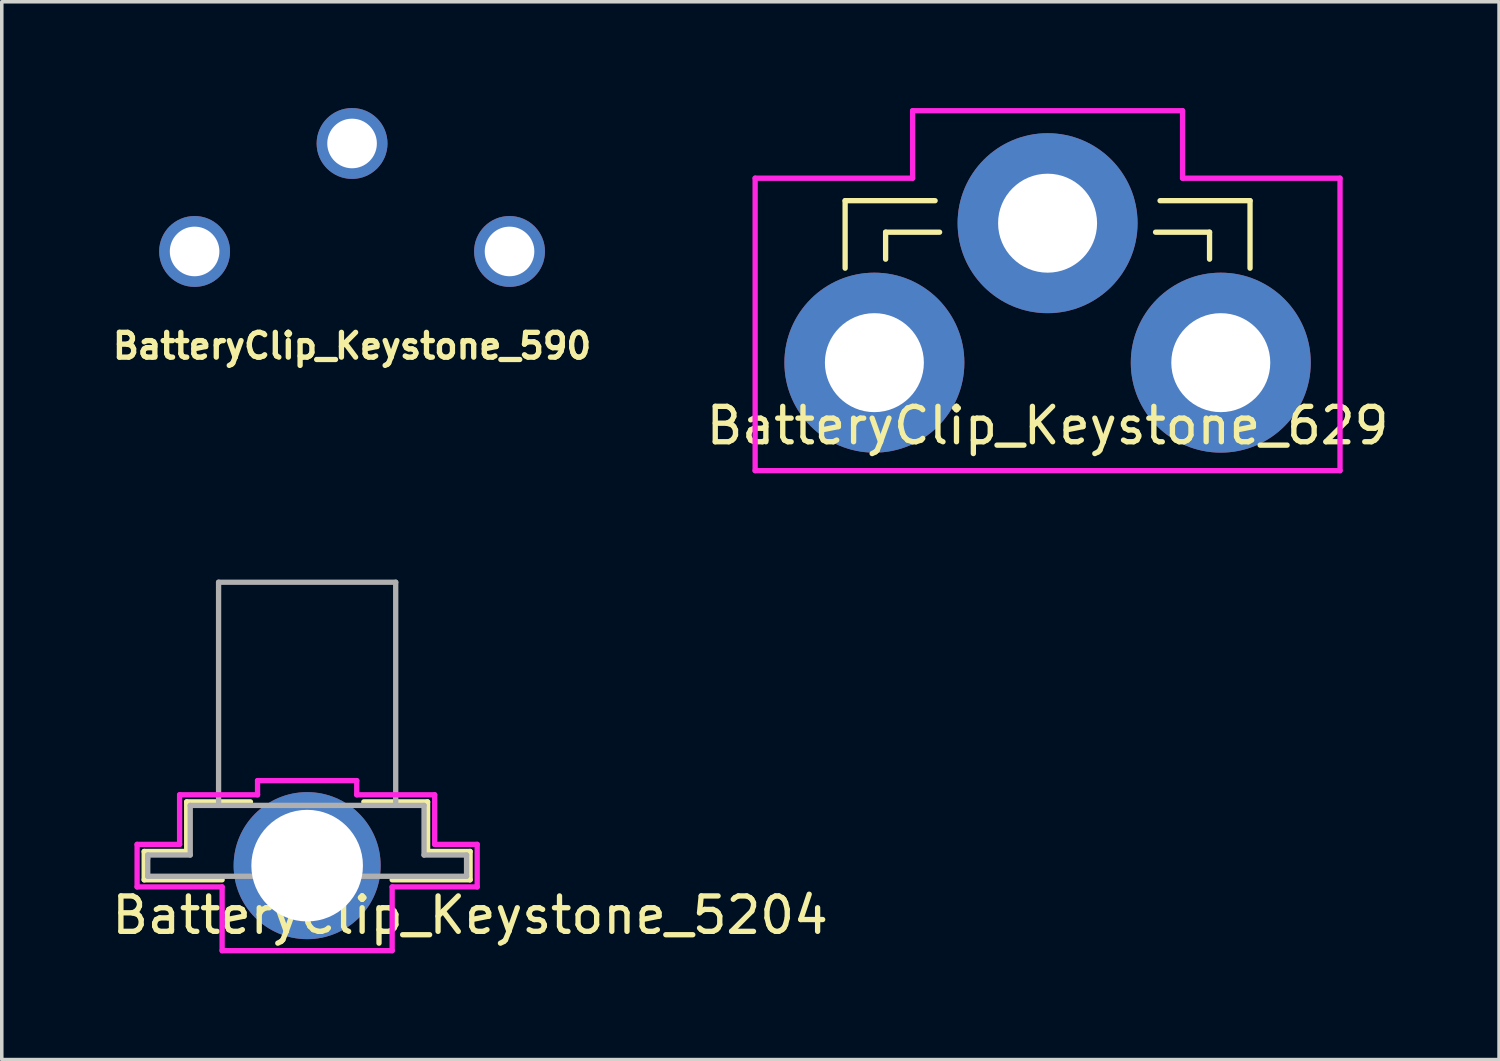
<source format=kicad_pcb>
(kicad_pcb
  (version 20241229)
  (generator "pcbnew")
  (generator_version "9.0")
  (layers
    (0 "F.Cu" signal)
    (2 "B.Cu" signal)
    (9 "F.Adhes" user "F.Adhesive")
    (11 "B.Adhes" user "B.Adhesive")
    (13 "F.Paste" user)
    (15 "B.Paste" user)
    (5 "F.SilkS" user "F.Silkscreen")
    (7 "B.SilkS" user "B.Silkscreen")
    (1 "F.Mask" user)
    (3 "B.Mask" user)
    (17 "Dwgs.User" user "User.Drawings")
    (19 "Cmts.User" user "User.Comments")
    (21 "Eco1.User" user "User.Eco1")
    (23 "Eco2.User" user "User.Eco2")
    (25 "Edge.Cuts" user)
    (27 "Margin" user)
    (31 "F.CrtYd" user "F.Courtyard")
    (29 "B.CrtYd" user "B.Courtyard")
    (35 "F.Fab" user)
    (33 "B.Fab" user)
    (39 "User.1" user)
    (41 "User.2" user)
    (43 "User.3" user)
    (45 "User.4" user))
  (footprint "BatteryClip_Keystone_590"
    (layer "F.Cu")
    (at 6.888 1)
    (property "Reference" "BatteryClip_Keystone_590" (at 0 5.715 0) (layer "F.SilkS") (effects (font (size 0.7 0.7) (thickness 0.15))))
    (attr through_hole)
    (pad "1" thru_hole circle (at -4.445 3.048) (size 2 2) (drill 1.4) (layers "*.Cu" "*.Mask"))
    (pad "1" thru_hole circle (at 0 0) (size 2 2) (drill 1.4) (layers "*.Cu" "*.Mask"))
    (pad "1" thru_hole circle (at 4.445 3.048) (size 2 2) (drill 1.4) (layers "*.Cu" "*.Mask")))
  (footprint "BatteryClip_Keystone_5204"
    (layer "F.Cu")
    (at 5.62 21.385)
    (property "Reference" "BatteryClip_Keystone_5204" (at 4.6 1.4 0) (layer "F.SilkS") (effects (font (size 1 1) (thickness 0.15))))
    (attr through_hole)
    (fp_line (start -4.6 -0.4) (end -4.6 0.4) (stroke (width 0.15) (type solid)) (layer "F.SilkS"))
    (fp_line (start -4.6 -0.4) (end -3.4 -0.4) (stroke (width 0.15) (type solid)) (layer "F.SilkS"))
    (fp_line (start -4.6 0.4) (end -2.4 0.4) (stroke (width 0.15) (type solid)) (layer "F.SilkS"))
    (fp_line (start -3.4 -1.8) (end -1.6 -1.8) (stroke (width 0.15) (type solid)) (layer "F.SilkS"))
    (fp_line (start -3.4 -0.4) (end -3.4 -1.8) (stroke (width 0.15) (type solid)) (layer "F.SilkS"))
    (fp_line (start 2.4 0.4) (end 4.6 0.4) (stroke (width 0.15) (type solid)) (layer "F.SilkS"))
    (fp_line (start 3.4 -1.8) (end 1.6 -1.8) (stroke (width 0.15) (type solid)) (layer "F.SilkS"))
    (fp_line (start 3.4 -0.4) (end 3.4 -1.8) (stroke (width 0.15) (type solid)) (layer "F.SilkS"))
    (fp_line (start 3.4 -0.4) (end 4.6 -0.4) (stroke (width 0.15) (type solid)) (layer "F.SilkS"))
    (fp_line (start 4.6 -0.4) (end 4.6 0.4) (stroke (width 0.15) (type solid)) (layer "F.SilkS"))
    (fp_line (start -4.8 -0.6) (end -4.8 0.6) (stroke (width 0.15) (type solid)) (layer "F.CrtYd"))
    (fp_line (start -4.8 0.6) (end -2.4 0.6) (stroke (width 0.15) (type solid)) (layer "F.CrtYd"))
    (fp_line (start -3.6 -2) (end -3.6 -0.6) (stroke (width 0.15) (type solid)) (layer "F.CrtYd"))
    (fp_line (start -3.6 -0.6) (end -4.8 -0.6) (stroke (width 0.15) (type solid)) (layer "F.CrtYd"))
    (fp_line (start -2.4 0.6) (end -2.4 2.4) (stroke (width 0.15) (type solid)) (layer "F.CrtYd"))
    (fp_line (start -2.4 2.4) (end 2.4 2.4) (stroke (width 0.15) (type solid)) (layer "F.CrtYd"))
    (fp_line (start -1.4 -2.4) (end -1.4 -2) (stroke (width 0.15) (type solid)) (layer "F.CrtYd"))
    (fp_line (start -1.4 -2) (end -3.6 -2) (stroke (width 0.15) (type solid)) (layer "F.CrtYd"))
    (fp_line (start 1.4 -2.4) (end -1.4 -2.4) (stroke (width 0.15) (type solid)) (layer "F.CrtYd"))
    (fp_line (start 1.4 -2) (end 1.4 -2.4) (stroke (width 0.15) (type solid)) (layer "F.CrtYd"))
    (fp_line (start 2.4 0.6) (end 4.8 0.6) (stroke (width 0.15) (type solid)) (layer "F.CrtYd"))
    (fp_line (start 2.4 2.4) (end 2.4 0.6) (stroke (width 0.15) (type solid)) (layer "F.CrtYd"))
    (fp_line (start 3.6 -2) (end 1.4 -2) (stroke (width 0.15) (type solid)) (layer "F.CrtYd"))
    (fp_line (start 3.6 -0.6) (end 3.6 -2) (stroke (width 0.15) (type solid)) (layer "F.CrtYd"))
    (fp_line (start 4.8 -0.6) (end 3.6 -0.6) (stroke (width 0.15) (type solid)) (layer "F.CrtYd"))
    (fp_line (start 4.8 0.6) (end 4.8 -0.6) (stroke (width 0.15) (type solid)) (layer "F.CrtYd"))
    (fp_line (start -4.5 -0.3) (end -3.3 -0.3) (stroke (width 0.15) (type solid)) (layer "F.Fab"))
    (fp_line (start -4.5 -0.2) (end -4.5 -0.3) (stroke (width 0.15) (type solid)) (layer "F.Fab"))
    (fp_line (start -4.5 0.3) (end -4.5 -0.2) (stroke (width 0.15) (type solid)) (layer "F.Fab"))
    (fp_line (start -3.3 -1.7) (end 3.3 -1.7) (stroke (width 0.15) (type solid)) (layer "F.Fab"))
    (fp_line (start -3.3 -0.3) (end -3.3 -1.7) (stroke (width 0.15) (type solid)) (layer "F.Fab"))
    (fp_line (start -2.5 -8) (end 2.5 -8) (stroke (width 0.15) (type solid)) (layer "F.Fab"))
    (fp_line (start -2.5 -1.7) (end -2.5 -8) (stroke (width 0.15) (type solid)) (layer "F.Fab"))
    (fp_line (start 2.5 -8) (end 2.5 -1.7) (stroke (width 0.15) (type solid)) (layer "F.Fab"))
    (fp_line (start 3.3 -1.7) (end 3.3 -0.3) (stroke (width 0.15) (type solid)) (layer "F.Fab"))
    (fp_line (start 3.3 -0.3) (end 4.5 -0.3) (stroke (width 0.15) (type solid)) (layer "F.Fab"))
    (fp_line (start 4.5 -0.3) (end 4.5 0.3) (stroke (width 0.15) (type solid)) (layer "F.Fab"))
    (fp_line (start 4.5 0.3) (end -4.5 0.3) (stroke (width 0.15) (type solid)) (layer "F.Fab"))
    (pad "1" thru_hole circle (at 0 0) (size 4.15 4.15) (drill 3.15) (layers "*.Cu" "*.Mask")))
  (footprint "BatteryClip_Keystone_629"
    (layer "F.Cu")
    (at 26.521 3.25)
    (property "Reference" "BatteryClip_Keystone_629" (at 0 5.715 0) (layer "F.SilkS") (effects (font (size 1 1) (thickness 0.15))))
    (attr smd)
    (fp_line (start -5.715 -0.635) (end -5.715 1.27) (stroke (width 0.15) (type solid)) (layer "F.SilkS"))
    (fp_line (start -4.572 1.016) (end -4.572 0.254) (stroke (width 0.15) (type solid)) (layer "F.SilkS"))
    (fp_line (start -3.175 -0.635) (end -5.715 -0.635) (stroke (width 0.15) (type solid)) (layer "F.SilkS"))
    (fp_line (start -3.048 0.254) (end -4.572 0.254) (stroke (width 0.15) (type solid)) (layer "F.SilkS"))
    (fp_line (start 3.048 0.254) (end 4.572 0.254) (stroke (width 0.15) (type solid)) (layer "F.SilkS"))
    (fp_line (start 3.175 -0.635) (end 5.715 -0.635) (stroke (width 0.15) (type solid)) (layer "F.SilkS"))
    (fp_line (start 4.572 0.254) (end 4.572 1.016) (stroke (width 0.15) (type solid)) (layer "F.SilkS"))
    (fp_line (start 5.715 -0.635) (end 5.715 1.27) (stroke (width 0.15) (type solid)) (layer "F.SilkS"))
    (fp_line (start -8.255 -1.27) (end -3.81 -1.27) (stroke (width 0.15) (type solid)) (layer "F.CrtYd"))
    (fp_line (start -8.255 6.985) (end -8.255 -1.27) (stroke (width 0.15) (type solid)) (layer "F.CrtYd"))
    (fp_line (start -3.81 -3.175) (end 3.81 -3.175) (stroke (width 0.15) (type solid)) (layer "F.CrtYd"))
    (fp_line (start -3.81 -1.27) (end -3.81 -3.175) (stroke (width 0.15) (type solid)) (layer "F.CrtYd"))
    (fp_line (start 3.81 -3.175) (end 3.81 -1.27) (stroke (width 0.15) (type solid)) (layer "F.CrtYd"))
    (fp_line (start 3.81 -1.27) (end 8.255 -1.27) (stroke (width 0.15) (type solid)) (layer "F.CrtYd"))
    (fp_line (start 8.255 -1.27) (end 8.255 6.985) (stroke (width 0.15) (type solid)) (layer "F.CrtYd"))
    (fp_line (start 8.255 6.985) (end -8.255 6.985) (stroke (width 0.15) (type solid)) (layer "F.CrtYd"))
    (pad "1" thru_hole circle (at -4.889 3.937) (size 5.08 5.08) (drill 2.794) (layers "*.Cu" "*.Mask"))
    (pad "1" thru_hole circle (at 0 0) (size 5.08 5.08) (drill 2.794) (layers "*.Cu" "*.Mask"))
    (pad "1" thru_hole circle (at 4.889 3.937) (size 5.08 5.08) (drill 2.794) (layers "*.Cu" "*.Mask")))
  (gr_rect
    (start -3 -3)
    (end 39.265 26.86)
    (stroke (width 0.1) (type default))
    (fill no)
    (layer "Edge.Cuts")))
</source>
